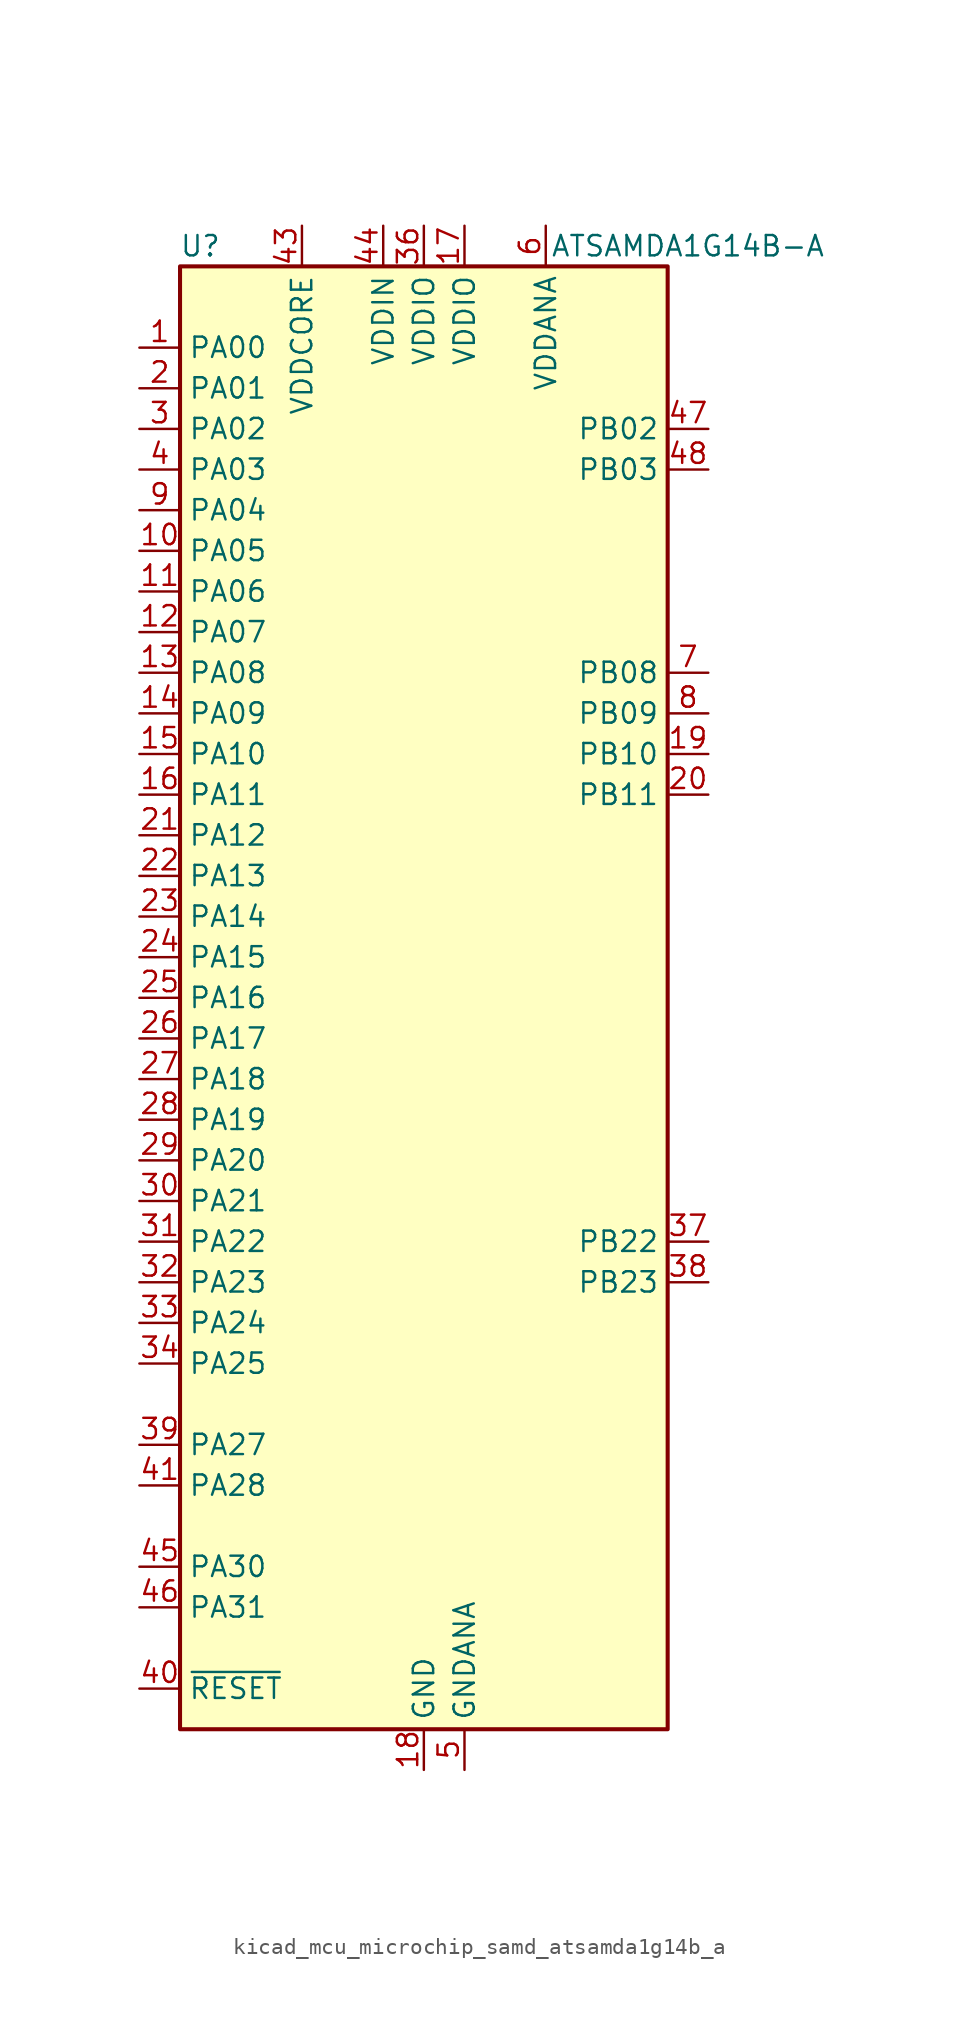
<source format=kicad_sym>
(kicad_symbol_lib
  (version 20220914)
  (generator kicad_symbol_editor)
  (symbol "kicad_mcu_microchip_samd_atsamda1g14b_a"
    (property "Reference" "U"
      (at -13.97 46.99 0)
      (effects (font (size 1.27 1.27))))
    (property "Value" "ATSAMDA1G14B-A"
      (at 16.51 46.99 0)
      (effects (font (size 1.27 1.27))))
    (symbol "kicad_mcu_microchip_samd_atsamda1g14b_a_0_1"
      (rectangle (start -15.24 45.72) (end 15.24 -45.72) (stroke (width 0.254) (type default)) (fill (type background))))
    (symbol "kicad_mcu_microchip_samd_atsamda1g14b_a_1_1"
      (pin bidirectional line (at -17.78 40.64 0) (length 2.54) (name "PA00" (effects (font (size 1.27 1.27)))) (number "1" (effects (font (size 1.27 1.27)))))
      (pin bidirectional line (at -17.78 27.94 0) (length 2.54) (name "PA05" (effects (font (size 1.27 1.27)))) (number "10" (effects (font (size 1.27 1.27)))))
      (pin bidirectional line (at -17.78 25.4 0) (length 2.54) (name "PA06" (effects (font (size 1.27 1.27)))) (number "11" (effects (font (size 1.27 1.27)))))
      (pin bidirectional line (at -17.78 22.86 0) (length 2.54) (name "PA07" (effects (font (size 1.27 1.27)))) (number "12" (effects (font (size 1.27 1.27)))))
      (pin bidirectional line (at -17.78 20.32 0) (length 2.54) (name "PA08" (effects (font (size 1.27 1.27)))) (number "13" (effects (font (size 1.27 1.27)))))
      (pin bidirectional line (at -17.78 17.78 0) (length 2.54) (name "PA09" (effects (font (size 1.27 1.27)))) (number "14" (effects (font (size 1.27 1.27)))))
      (pin bidirectional line (at -17.78 15.24 0) (length 2.54) (name "PA10" (effects (font (size 1.27 1.27)))) (number "15" (effects (font (size 1.27 1.27)))))
      (pin bidirectional line (at -17.78 12.7 0) (length 2.54) (name "PA11" (effects (font (size 1.27 1.27)))) (number "16" (effects (font (size 1.27 1.27)))))
      (pin power_in line (at 2.54 48.26 270) (length 2.54) (name "VDDIO" (effects (font (size 1.27 1.27)))) (number "17" (effects (font (size 1.27 1.27)))))
      (pin power_in line (at 0 -48.26 90) (length 2.54) (name "GND" (effects (font (size 1.27 1.27)))) (number "18" (effects (font (size 1.27 1.27)))))
      (pin bidirectional line (at 17.78 15.24 180) (length 2.54) (name "PB10" (effects (font (size 1.27 1.27)))) (number "19" (effects (font (size 1.27 1.27)))))
      (pin bidirectional line (at -17.78 38.1 0) (length 2.54) (name "PA01" (effects (font (size 1.27 1.27)))) (number "2" (effects (font (size 1.27 1.27)))))
      (pin bidirectional line (at 17.78 12.7 180) (length 2.54) (name "PB11" (effects (font (size 1.27 1.27)))) (number "20" (effects (font (size 1.27 1.27)))))
      (pin bidirectional line (at -17.78 10.16 0) (length 2.54) (name "PA12" (effects (font (size 1.27 1.27)))) (number "21" (effects (font (size 1.27 1.27)))))
      (pin bidirectional line (at -17.78 7.62 0) (length 2.54) (name "PA13" (effects (font (size 1.27 1.27)))) (number "22" (effects (font (size 1.27 1.27)))))
      (pin bidirectional line (at -17.78 5.08 0) (length 2.54) (name "PA14" (effects (font (size 1.27 1.27)))) (number "23" (effects (font (size 1.27 1.27)))))
      (pin bidirectional line (at -17.78 2.54 0) (length 2.54) (name "PA15" (effects (font (size 1.27 1.27)))) (number "24" (effects (font (size 1.27 1.27)))))
      (pin bidirectional line (at -17.78 0 0) (length 2.54) (name "PA16" (effects (font (size 1.27 1.27)))) (number "25" (effects (font (size 1.27 1.27)))))
      (pin bidirectional line (at -17.78 -2.54 0) (length 2.54) (name "PA17" (effects (font (size 1.27 1.27)))) (number "26" (effects (font (size 1.27 1.27)))))
      (pin bidirectional line (at -17.78 -5.08 0) (length 2.54) (name "PA18" (effects (font (size 1.27 1.27)))) (number "27" (effects (font (size 1.27 1.27)))))
      (pin bidirectional line (at -17.78 -7.62 0) (length 2.54) (name "PA19" (effects (font (size 1.27 1.27)))) (number "28" (effects (font (size 1.27 1.27)))))
      (pin bidirectional line (at -17.78 -10.16 0) (length 2.54) (name "PA20" (effects (font (size 1.27 1.27)))) (number "29" (effects (font (size 1.27 1.27)))))
      (pin bidirectional line (at -17.78 35.56 0) (length 2.54) (name "PA02" (effects (font (size 1.27 1.27)))) (number "3" (effects (font (size 1.27 1.27)))))
      (pin bidirectional line (at -17.78 -12.7 0) (length 2.54) (name "PA21" (effects (font (size 1.27 1.27)))) (number "30" (effects (font (size 1.27 1.27)))))
      (pin bidirectional line (at -17.78 -15.24 0) (length 2.54) (name "PA22" (effects (font (size 1.27 1.27)))) (number "31" (effects (font (size 1.27 1.27)))))
      (pin bidirectional line (at -17.78 -17.78 0) (length 2.54) (name "PA23" (effects (font (size 1.27 1.27)))) (number "32" (effects (font (size 1.27 1.27)))))
      (pin bidirectional line (at -17.78 -20.32 0) (length 2.54) (name "PA24" (effects (font (size 1.27 1.27)))) (number "33" (effects (font (size 1.27 1.27)))))
      (pin bidirectional line (at -17.78 -22.86 0) (length 2.54) (name "PA25" (effects (font (size 1.27 1.27)))) (number "34" (effects (font (size 1.27 1.27)))))
      (pin passive line (at 0 -48.26 90) (length 2.54) hide (name "GND" (effects (font (size 1.27 1.27)))) (number "35" (effects (font (size 1.27 1.27)))))
      (pin power_in line (at 0 48.26 270) (length 2.54) (name "VDDIO" (effects (font (size 1.27 1.27)))) (number "36" (effects (font (size 1.27 1.27)))))
      (pin bidirectional line (at 17.78 -15.24 180) (length 2.54) (name "PB22" (effects (font (size 1.27 1.27)))) (number "37" (effects (font (size 1.27 1.27)))))
      (pin bidirectional line (at 17.78 -17.78 180) (length 2.54) (name "PB23" (effects (font (size 1.27 1.27)))) (number "38" (effects (font (size 1.27 1.27)))))
      (pin bidirectional line (at -17.78 -27.94 0) (length 2.54) (name "PA27" (effects (font (size 1.27 1.27)))) (number "39" (effects (font (size 1.27 1.27)))))
      (pin bidirectional line (at -17.78 33.02 0) (length 2.54) (name "PA03" (effects (font (size 1.27 1.27)))) (number "4" (effects (font (size 1.27 1.27)))))
      (pin input line (at -17.78 -43.18 0) (length 2.54) (name "~{RESET}" (effects (font (size 1.27 1.27)))) (number "40" (effects (font (size 1.27 1.27)))))
      (pin bidirectional line (at -17.78 -30.48 0) (length 2.54) (name "PA28" (effects (font (size 1.27 1.27)))) (number "41" (effects (font (size 1.27 1.27)))))
      (pin passive line (at 0 -48.26 90) (length 2.54) hide (name "GND" (effects (font (size 1.27 1.27)))) (number "42" (effects (font (size 1.27 1.27)))))
      (pin power_out line (at -7.62 48.26 270) (length 2.54) (name "VDDCORE" (effects (font (size 1.27 1.27)))) (number "43" (effects (font (size 1.27 1.27)))))
      (pin power_in line (at -2.54 48.26 270) (length 2.54) (name "VDDIN" (effects (font (size 1.27 1.27)))) (number "44" (effects (font (size 1.27 1.27)))))
      (pin bidirectional line (at -17.78 -35.56 0) (length 2.54) (name "PA30" (effects (font (size 1.27 1.27)))) (number "45" (effects (font (size 1.27 1.27)))))
      (pin bidirectional line (at -17.78 -38.1 0) (length 2.54) (name "PA31" (effects (font (size 1.27 1.27)))) (number "46" (effects (font (size 1.27 1.27)))))
      (pin bidirectional line (at 17.78 35.56 180) (length 2.54) (name "PB02" (effects (font (size 1.27 1.27)))) (number "47" (effects (font (size 1.27 1.27)))))
      (pin bidirectional line (at 17.78 33.02 180) (length 2.54) (name "PB03" (effects (font (size 1.27 1.27)))) (number "48" (effects (font (size 1.27 1.27)))))
      (pin power_in line (at 2.54 -48.26 90) (length 2.54) (name "GNDANA" (effects (font (size 1.27 1.27)))) (number "5" (effects (font (size 1.27 1.27)))))
      (pin power_in line (at 7.62 48.26 270) (length 2.54) (name "VDDANA" (effects (font (size 1.27 1.27)))) (number "6" (effects (font (size 1.27 1.27)))))
      (pin bidirectional line (at 17.78 20.32 180) (length 2.54) (name "PB08" (effects (font (size 1.27 1.27)))) (number "7" (effects (font (size 1.27 1.27)))))
      (pin bidirectional line (at 17.78 17.78 180) (length 2.54) (name "PB09" (effects (font (size 1.27 1.27)))) (number "8" (effects (font (size 1.27 1.27)))))
      (pin bidirectional line (at -17.78 30.48 0) (length 2.54) (name "PA04" (effects (font (size 1.27 1.27)))) (number "9" (effects (font (size 1.27 1.27))))))))
</source>
